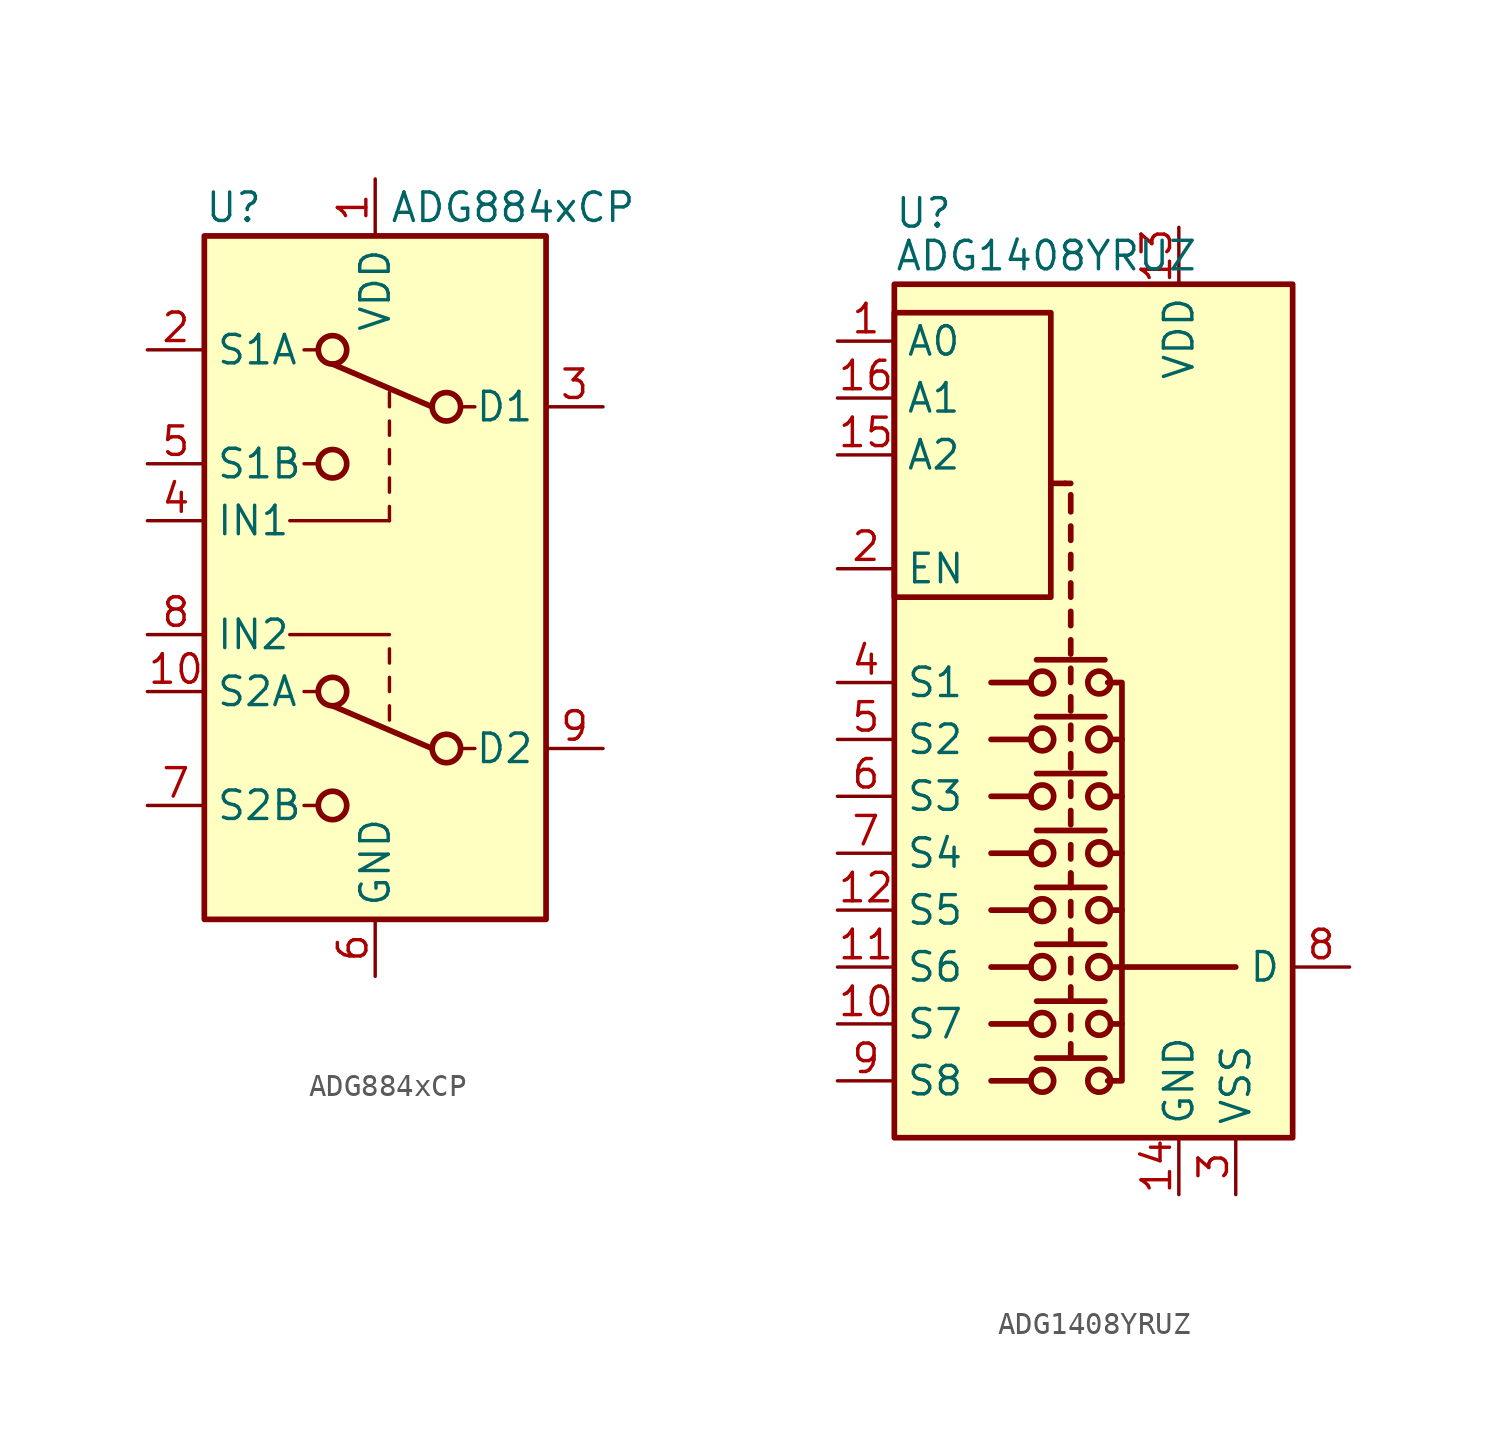
<source format=kicad_sym>
(kicad_symbol_lib
  (version 20201005)
  (generator kicad_symbol_editor)
  (symbol "ADG884xCP"
    (property "Reference" "U"
      (at -7.62 16.51 0)
      (effects (font (size 1.27 1.27)) (justify left)))
    (property "Value" "ADG884xCP"
      (at 0.635 16.51 0)
      (effects (font (size 1.27 1.27)) (justify left)))
    (symbol "ADG884xCP_0_1"
      (circle (center -1.905 -10.16) (radius 0.635) (stroke (width 0.254)) (fill (type none)))
      (circle (center -1.905 -5.08) (radius 0.635) (stroke (width 0.254)) (fill (type none)))
      (circle (center -1.905 5.08) (radius 0.635) (stroke (width 0.254)) (fill (type none)))
      (circle (center -1.905 10.16) (radius 0.635) (stroke (width 0.254)) (fill (type none)))
      (circle (center 3.175 -7.62) (radius 0.635) (stroke (width 0.254)) (fill (type none)))
      (circle (center 3.175 7.62) (radius 0.635) (stroke (width 0.254)) (fill (type none)))
      (rectangle (start -7.62 15.24) (end 7.62 -15.24) (stroke (width 0.254)) (fill (type background)))
      (polyline (pts (xy -3.81 -2.54) (xy 0.635 -2.54)) (stroke (width 0)) (fill (type none)))
      (polyline (pts (xy -3.81 2.54) (xy 0.635 2.54)) (stroke (width 0)) (fill (type none)))
      (polyline (pts (xy -3.175 -10.16) (xy -2.54 -10.16)) (stroke (width 0)) (fill (type none)))
      (polyline (pts (xy -3.175 -5.08) (xy -2.54 -5.08)) (stroke (width 0)) (fill (type none)))
      (polyline (pts (xy -3.175 5.08) (xy -2.54 5.08)) (stroke (width 0)) (fill (type none)))
      (polyline (pts (xy -3.175 10.16) (xy -2.54 10.16)) (stroke (width 0)) (fill (type none)))
      (polyline (pts (xy -1.905 9.525) (xy 2.54 7.62)) (stroke (width 0.254)) (fill (type none)))
      (polyline (pts (xy 0.635 -5.715) (xy 0.635 -6.35)) (stroke (width 0)) (fill (type none)))
      (polyline (pts (xy 0.635 -4.445) (xy 0.635 -5.08)) (stroke (width 0)) (fill (type none)))
      (polyline (pts (xy 0.635 -3.175) (xy 0.635 -3.81)) (stroke (width 0)) (fill (type none)))
      (polyline (pts (xy 0.635 3.175) (xy 0.635 2.54)) (stroke (width 0)) (fill (type none)))
      (polyline (pts (xy 0.635 4.445) (xy 0.635 3.81)) (stroke (width 0)) (fill (type none)))
      (polyline (pts (xy 0.635 5.715) (xy 0.635 5.08)) (stroke (width 0)) (fill (type none)))
      (polyline (pts (xy 0.635 6.985) (xy 0.635 6.35)) (stroke (width 0)) (fill (type none)))
      (polyline (pts (xy 0.635 8.255) (xy 0.635 7.62)) (stroke (width 0)) (fill (type none)))
      (polyline (pts (xy 2.54 -7.62) (xy -1.905 -5.715)) (stroke (width 0.254)) (fill (type none)))
      (polyline (pts (xy 4.445 -7.62) (xy 3.81 -7.62)) (stroke (width 0)) (fill (type none)))
      (polyline (pts (xy 4.445 7.62) (xy 3.81 7.62)) (stroke (width 0)) (fill (type none))))
    (symbol "ADG884xCP_1_1"
      (pin power_in line (at 0 17.78 270) (length 2.54) (name "VDD" (effects (font (size 1.27 1.27)))) (number "1" (effects (font (size 1.27 1.27)))))
      (pin bidirectional line (at -10.16 -5.08 0) (length 2.54) (name "S2A" (effects (font (size 1.27 1.27)))) (number "10" (effects (font (size 1.27 1.27)))))
      (pin passive line (at 0 -17.78 90) (length 2.54) hide (name "GND" (effects (font (size 1.27 1.27)))) (number "11" (effects (font (size 1.27 1.27)))))
      (pin bidirectional line (at -10.16 10.16 0) (length 2.54) (name "S1A" (effects (font (size 1.27 1.27)))) (number "2" (effects (font (size 1.27 1.27)))))
      (pin bidirectional line (at 10.16 7.62 180) (length 2.54) (name "D1" (effects (font (size 1.27 1.27)))) (number "3" (effects (font (size 1.27 1.27)))))
      (pin input line (at -10.16 2.54 0) (length 2.54) (name "IN1" (effects (font (size 1.27 1.27)))) (number "4" (effects (font (size 1.27 1.27)))))
      (pin bidirectional line (at -10.16 5.08 0) (length 2.54) (name "S1B" (effects (font (size 1.27 1.27)))) (number "5" (effects (font (size 1.27 1.27)))))
      (pin power_in line (at 0 -17.78 90) (length 2.54) (name "GND" (effects (font (size 1.27 1.27)))) (number "6" (effects (font (size 1.27 1.27)))))
      (pin bidirectional line (at -10.16 -10.16 0) (length 2.54) (name "S2B" (effects (font (size 1.27 1.27)))) (number "7" (effects (font (size 1.27 1.27)))))
      (pin input line (at -10.16 -2.54 0) (length 2.54) (name "IN2" (effects (font (size 1.27 1.27)))) (number "8" (effects (font (size 1.27 1.27)))))
      (pin bidirectional line (at 10.16 -7.62 180) (length 2.54) (name "D2" (effects (font (size 1.27 1.27)))) (number "9" (effects (font (size 1.27 1.27)))))))
  (symbol "ADG1408YRUZ"
    (property "Reference" "U"
      (at -7.62 23.495 0)
      (effects (font (size 1.27 1.27)) (justify left)))
    (property "Value" "ADG1408YRUZ"
      (at -7.62 21.59 0)
      (effects (font (size 1.27 1.27)) (justify left)))
    (symbol "ADG1408YRUZ_0_0"
      (pin power_in line (at 5.08 -20.32 90) (length 2.54) (name "GND" (effects (font (size 1.27 1.27)))) (number "14" (effects (font (size 1.27 1.27))))))
    (symbol "ADG1408YRUZ_0_1"
      (circle (center -1.016 -15.24) (radius 0.508) (stroke (width 0.254)) (fill (type none)))
      (circle (center -1.016 -12.7) (radius 0.508) (stroke (width 0.254)) (fill (type none)))
      (circle (center -1.016 -10.16) (radius 0.508) (stroke (width 0.254)) (fill (type none)))
      (circle (center -1.016 -7.62) (radius 0.508) (stroke (width 0.254)) (fill (type none)))
      (circle (center -1.016 -5.08) (radius 0.508) (stroke (width 0.254)) (fill (type none)))
      (circle (center -1.016 -2.54) (radius 0.508) (stroke (width 0.254)) (fill (type none)))
      (circle (center -1.016 0) (radius 0.508) (stroke (width 0.254)) (fill (type none)))
      (circle (center -1.016 2.54) (radius 0.508) (stroke (width 0.254)) (fill (type none)))
      (circle (center 1.524 -15.24) (radius 0.508) (stroke (width 0.254)) (fill (type none)))
      (circle (center 1.524 -12.7) (radius 0.508) (stroke (width 0.254)) (fill (type none)))
      (circle (center 1.524 -10.16) (radius 0.508) (stroke (width 0.254)) (fill (type none)))
      (circle (center 1.524 -7.62) (radius 0.508) (stroke (width 0.254)) (fill (type none)))
      (circle (center 1.524 -5.08) (radius 0.508) (stroke (width 0.254)) (fill (type none)))
      (circle (center 1.524 -2.54) (radius 0.508) (stroke (width 0.254)) (fill (type none)))
      (circle (center 1.524 0) (radius 0.508) (stroke (width 0.254)) (fill (type none)))
      (circle (center 1.524 2.54) (radius 0.508) (stroke (width 0.254)) (fill (type none)))
      (rectangle (start -7.62 6.35) (end -0.635 19.05) (stroke (width 0.254)) (fill (type none)))
      (rectangle (start -7.62 20.32) (end 10.16 -17.78) (stroke (width 0.254)) (fill (type background)))
      (polyline (pts (xy -1.524 -15.24) (xy -3.302 -15.24)) (stroke (width 0.254)) (fill (type none)))
      (polyline (pts (xy -1.524 -12.7) (xy -3.302 -12.7)) (stroke (width 0.254)) (fill (type none)))
      (polyline (pts (xy -1.524 -10.16) (xy -3.302 -10.16)) (stroke (width 0.254)) (fill (type none)))
      (polyline (pts (xy -1.524 -7.62) (xy -3.302 -7.62)) (stroke (width 0.254)) (fill (type none)))
      (polyline (pts (xy -1.524 -5.08) (xy -3.302 -5.08)) (stroke (width 0.254)) (fill (type none)))
      (polyline (pts (xy -1.524 -2.54) (xy -3.302 -2.54)) (stroke (width 0.254)) (fill (type none)))
      (polyline (pts (xy -1.524 0) (xy -3.302 0)) (stroke (width 0.254)) (fill (type none)))
      (polyline (pts (xy -1.524 2.54) (xy -3.302 2.54)) (stroke (width 0.254)) (fill (type none)))
      (polyline (pts (xy -1.27 -14.224) (xy 1.778 -14.224)) (stroke (width 0.254)) (fill (type none)))
      (polyline (pts (xy -1.27 -11.684) (xy 1.778 -11.684)) (stroke (width 0.254)) (fill (type none)))
      (polyline (pts (xy -1.27 -9.144) (xy 1.778 -9.144)) (stroke (width 0.254)) (fill (type none)))
      (polyline (pts (xy -1.27 -6.604) (xy 1.778 -6.604)) (stroke (width 0.254)) (fill (type none)))
      (polyline (pts (xy -1.27 -4.064) (xy 1.778 -4.064)) (stroke (width 0.254)) (fill (type none)))
      (polyline (pts (xy -1.27 -1.524) (xy 1.778 -1.524)) (stroke (width 0.254)) (fill (type none)))
      (polyline (pts (xy -1.27 1.016) (xy 1.778 1.016)) (stroke (width 0.254)) (fill (type none)))
      (polyline (pts (xy -1.27 3.556) (xy 1.778 3.556)) (stroke (width 0.254)) (fill (type none)))
      (polyline (pts (xy -0.635 11.43) (xy 0 11.43)) (stroke (width 0.254)) (fill (type none)))
      (polyline (pts (xy 0.254 -14.224) (xy 0.254 -13.589)) (stroke (width 0.254)) (fill (type none)))
      (polyline (pts (xy 0.254 -12.954) (xy 0.254 -12.319)) (stroke (width 0.254)) (fill (type none)))
      (polyline (pts (xy 0.254 -11.684) (xy 0.254 -11.049)) (stroke (width 0.254)) (fill (type none)))
      (polyline (pts (xy 0.254 -10.414) (xy 0.254 -9.779)) (stroke (width 0.254)) (fill (type none)))
      (polyline (pts (xy 0.254 -9.144) (xy 0.254 -8.509)) (stroke (width 0.254)) (fill (type none)))
      (polyline (pts (xy 0.254 -7.874) (xy 0.254 -7.239)) (stroke (width 0.254)) (fill (type none)))
      (polyline (pts (xy 0.254 -6.604) (xy 0.254 -5.969)) (stroke (width 0.254)) (fill (type none)))
      (polyline (pts (xy 0.254 -6.604) (xy 0.254 -5.969)) (stroke (width 0.254)) (fill (type none)))
      (polyline (pts (xy 0.254 -5.334) (xy 0.254 -4.699)) (stroke (width 0.254)) (fill (type none)))
      (polyline (pts (xy 0.254 -3.81) (xy 0.254 -3.175)) (stroke (width 0.254)) (fill (type none)))
      (polyline (pts (xy 0.254 -2.54) (xy 0.254 -1.905)) (stroke (width 0.254)) (fill (type none)))
      (polyline (pts (xy 0.254 -1.27) (xy 0.254 -0.635)) (stroke (width 0.254)) (fill (type none)))
      (polyline (pts (xy 0.254 0) (xy 0.254 0.635)) (stroke (width 0.254)) (fill (type none)))
      (polyline (pts (xy 0.254 1.27) (xy 0.254 1.905)) (stroke (width 0.254)) (fill (type none)))
      (polyline (pts (xy 0.254 2.54) (xy 0.254 3.175)) (stroke (width 0.254)) (fill (type none)))
      (polyline (pts (xy 0.254 3.81) (xy 0.254 4.445)) (stroke (width 0.254)) (fill (type none)))
      (polyline (pts (xy 0.254 5.08) (xy 0.254 5.715)) (stroke (width 0.254)) (fill (type none)))
      (polyline (pts (xy 0.254 6.35) (xy 0.254 6.985)) (stroke (width 0.254)) (fill (type none)))
      (polyline (pts (xy 0.254 7.62) (xy 0.254 8.255)) (stroke (width 0.254)) (fill (type none)))
      (polyline (pts (xy 0.254 8.89) (xy 0.254 9.525)) (stroke (width 0.254)) (fill (type none)))
      (polyline (pts (xy 0.254 10.16) (xy 0.254 10.922)) (stroke (width 0.254)) (fill (type none)))
      (polyline (pts (xy 0.254 11.43) (xy 0 11.43)) (stroke (width 0.254)) (fill (type none)))
      (polyline (pts (xy 2.032 -12.7) (xy 2.54 -12.7)) (stroke (width 0.254)) (fill (type none)))
      (polyline (pts (xy 2.032 -10.16) (xy 2.54 -10.16)) (stroke (width 0.254)) (fill (type none)))
      (polyline (pts (xy 2.032 -7.62) (xy 2.54 -7.62)) (stroke (width 0.254)) (fill (type none)))
      (polyline (pts (xy 2.032 -5.08) (xy 2.54 -5.08)) (stroke (width 0.254)) (fill (type none)))
      (polyline (pts (xy 2.032 -2.54) (xy 2.54 -2.54)) (stroke (width 0.254)) (fill (type none)))
      (polyline (pts (xy 2.032 0) (xy 2.54 0)) (stroke (width 0.254)) (fill (type none)))
      (polyline (pts (xy 2.54 -10.16) (xy 7.62 -10.16)) (stroke (width 0.254)) (fill (type none)))
      (polyline (pts (xy 1.905 2.54) (xy 2.54 2.54) (xy 2.54 -15.24) (xy 1.905 -15.24)) (stroke (width 0.254)) (fill (type none))))
    (symbol "ADG1408YRUZ_1_1"
      (pin input line (at -10.16 17.78 0) (length 2.54) (name "A0" (effects (font (size 1.27 1.27)))) (number "1" (effects (font (size 1.27 1.27)))))
      (pin bidirectional line (at -10.16 -12.7 0) (length 2.54) (name "S7" (effects (font (size 1.27 1.27)))) (number "10" (effects (font (size 1.27 1.27)))))
      (pin bidirectional line (at -10.16 -10.16 0) (length 2.54) (name "S6" (effects (font (size 1.27 1.27)))) (number "11" (effects (font (size 1.27 1.27)))))
      (pin bidirectional line (at -10.16 -7.62 0) (length 2.54) (name "S5" (effects (font (size 1.27 1.27)))) (number "12" (effects (font (size 1.27 1.27)))))
      (pin power_in line (at 5.08 22.86 270) (length 2.54) (name "VDD" (effects (font (size 1.27 1.27)))) (number "13" (effects (font (size 1.27 1.27)))))
      (pin input line (at -10.16 12.7 0) (length 2.54) (name "A2" (effects (font (size 1.27 1.27)))) (number "15" (effects (font (size 1.27 1.27)))))
      (pin input line (at -10.16 15.24 0) (length 2.54) (name "A1" (effects (font (size 1.27 1.27)))) (number "16" (effects (font (size 1.27 1.27)))))
      (pin input line (at -10.16 7.62 0) (length 2.54) (name "EN" (effects (font (size 1.27 1.27)))) (number "2" (effects (font (size 1.27 1.27)))))
      (pin power_in line (at 7.62 -20.32 90) (length 2.54) (name "VSS" (effects (font (size 1.27 1.27)))) (number "3" (effects (font (size 1.27 1.27)))))
      (pin bidirectional line (at -10.16 2.54 0) (length 2.54) (name "S1" (effects (font (size 1.27 1.27)))) (number "4" (effects (font (size 1.27 1.27)))))
      (pin bidirectional line (at -10.16 0 0) (length 2.54) (name "S2" (effects (font (size 1.27 1.27)))) (number "5" (effects (font (size 1.27 1.27)))))
      (pin bidirectional line (at -10.16 -2.54 0) (length 2.54) (name "S3" (effects (font (size 1.27 1.27)))) (number "6" (effects (font (size 1.27 1.27)))))
      (pin bidirectional line (at -10.16 -5.08 0) (length 2.54) (name "S4" (effects (font (size 1.27 1.27)))) (number "7" (effects (font (size 1.27 1.27)))))
      (pin bidirectional line (at 12.7 -10.16 180) (length 2.54) (name "D" (effects (font (size 1.27 1.27)))) (number "8" (effects (font (size 1.27 1.27)))))
      (pin bidirectional line (at -10.16 -15.24 0) (length 2.54) (name "S8" (effects (font (size 1.27 1.27)))) (number "9" (effects (font (size 1.27 1.27))))))))
</source>
